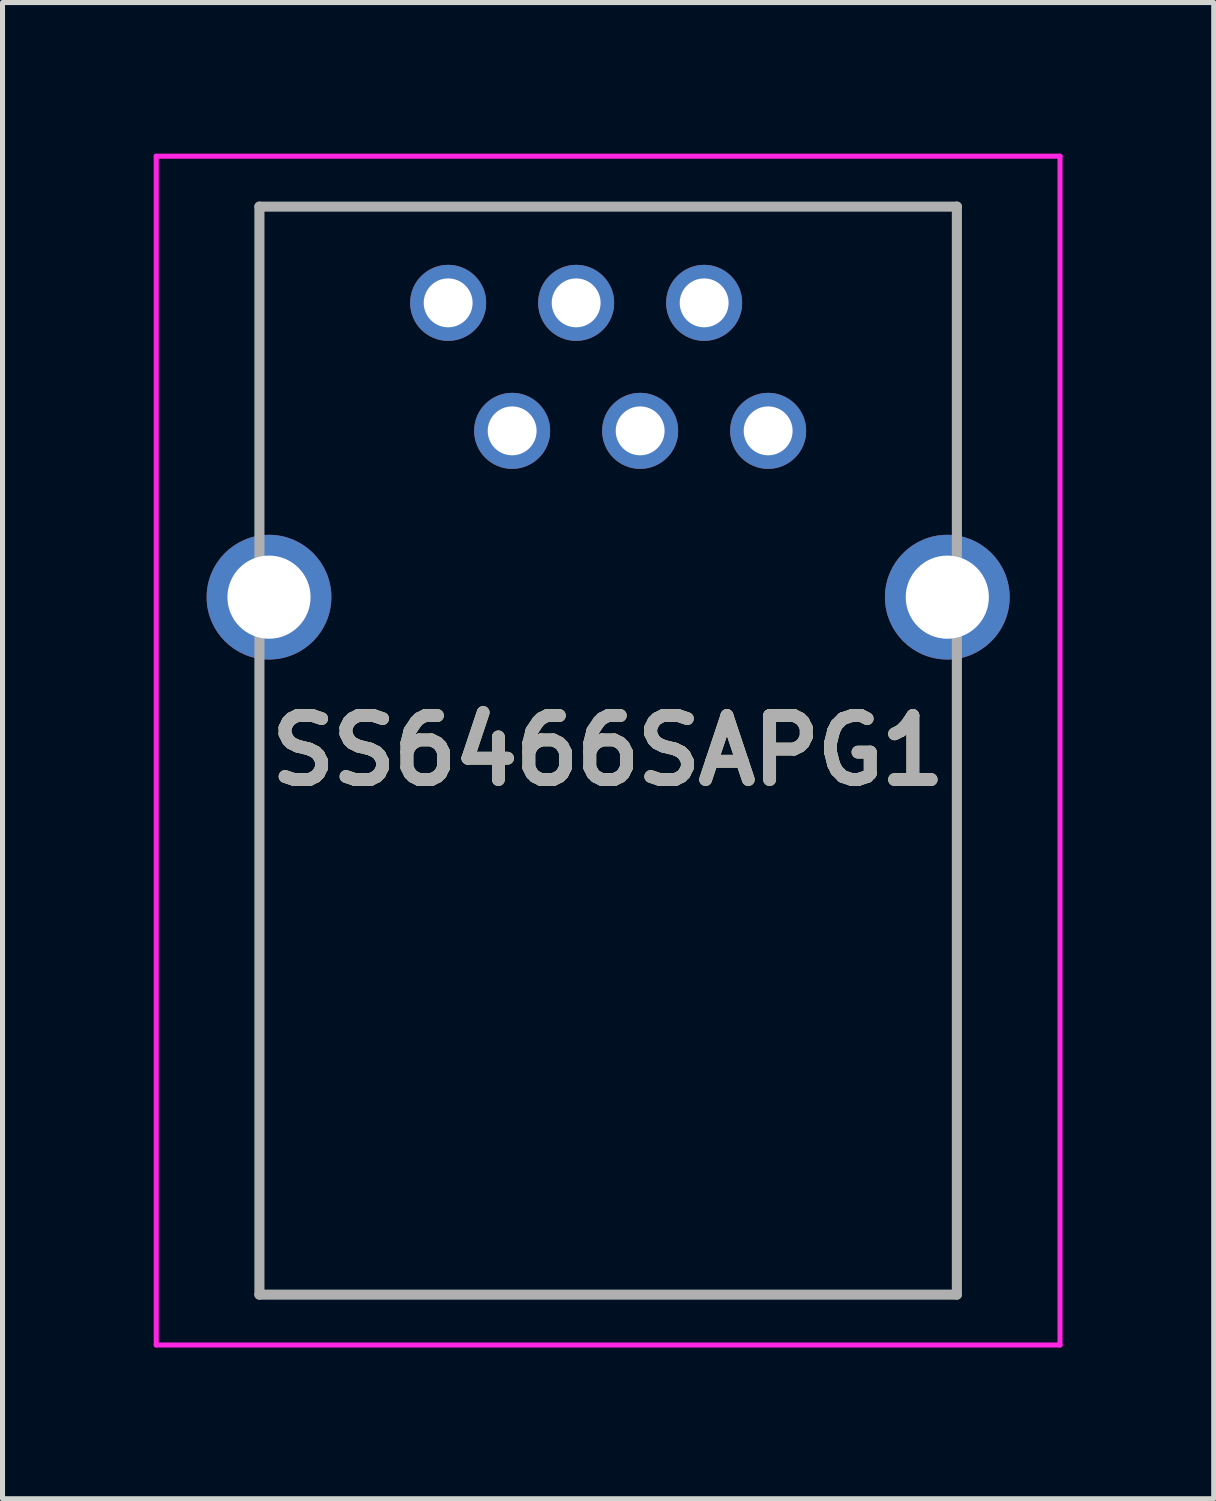
<source format=kicad_pcb>
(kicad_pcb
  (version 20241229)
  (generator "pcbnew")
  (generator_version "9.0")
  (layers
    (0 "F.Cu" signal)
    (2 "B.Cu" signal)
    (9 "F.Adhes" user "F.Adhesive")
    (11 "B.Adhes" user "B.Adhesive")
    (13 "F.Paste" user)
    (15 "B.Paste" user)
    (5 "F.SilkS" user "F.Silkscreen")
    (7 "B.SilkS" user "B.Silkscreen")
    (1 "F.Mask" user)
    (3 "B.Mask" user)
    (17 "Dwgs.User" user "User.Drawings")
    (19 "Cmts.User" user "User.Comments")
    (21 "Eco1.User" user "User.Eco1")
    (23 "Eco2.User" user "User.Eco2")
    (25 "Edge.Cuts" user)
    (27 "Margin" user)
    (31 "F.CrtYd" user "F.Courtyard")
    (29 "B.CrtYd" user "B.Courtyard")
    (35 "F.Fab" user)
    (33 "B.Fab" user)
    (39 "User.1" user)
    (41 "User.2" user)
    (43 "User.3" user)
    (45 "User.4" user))
  (footprint "SS6466SAPG1"
    (layer "F.Cu")
    (at 9.018 11.85)
    (property "Reference" "SS6466SAPG1" (at -0.001 -0.005 0) (layer "F.SilkS") (effects (font (size 1.27 1.27) (thickness 0.254))))
    (attr through_hole)
    (fp_line (start -6.92 -10.8) (end 6.92 -10.8) (stroke (width 0.1) (type solid)) (layer "F.SilkS"))
    (fp_line (start -6.92 -5.5) (end -6.92 -10.8) (stroke (width 0.1) (type solid)) (layer "F.SilkS"))
    (fp_line (start -6.92 2) (end -6.92 10.79) (stroke (width 0.1) (type solid)) (layer "F.SilkS"))
    (fp_line (start -6.92 10.79) (end 6.92 10.79) (stroke (width 0.1) (type solid)) (layer "F.SilkS"))
    (fp_line (start 6.92 -10.8) (end 6.92 -6) (stroke (width 0.1) (type solid)) (layer "F.SilkS"))
    (fp_line (start 6.92 10.79) (end 6.92 1.5) (stroke (width 0.1) (type solid)) (layer "F.SilkS"))
    (fp_line (start -8.968 -11.8) (end 8.967 -11.8) (stroke (width 0.1) (type solid)) (layer "F.CrtYd"))
    (fp_line (start -8.968 11.79) (end -8.968 -11.8) (stroke (width 0.1) (type solid)) (layer "F.CrtYd"))
    (fp_line (start 8.967 -11.8) (end 8.967 11.79) (stroke (width 0.1) (type solid)) (layer "F.CrtYd"))
    (fp_line (start 8.967 11.79) (end -8.968 11.79) (stroke (width 0.1) (type solid)) (layer "F.CrtYd"))
    (fp_line (start -6.92 -10.8) (end 6.92 -10.8) (stroke (width 0.2) (type solid)) (layer "F.Fab"))
    (fp_line (start -6.92 10.79) (end -6.92 -10.8) (stroke (width 0.2) (type solid)) (layer "F.Fab"))
    (fp_line (start 6.92 -10.8) (end 6.92 10.79) (stroke (width 0.2) (type solid)) (layer "F.Fab"))
    (fp_line (start 6.92 10.79) (end -6.92 10.79) (stroke (width 0.2) (type solid)) (layer "F.Fab"))
    (fp_text user "${REFERENCE}" (at -0.001 -0.005 0) (layer "F.Fab") (effects (font (size 1.27 1.27) (thickness 0.254))))
    (pad "" np_thru_hole circle (at -5.08 0) (size 0.001 0.001) (drill 3.25) (layers "*.Cu" "*.Mask"))
    (pad "" np_thru_hole circle (at 5.08 0) (size 0.001 0.001) (drill 3.25) (layers "*.Cu" "*.Mask"))
    (pad "1" thru_hole circle (at -3.175 -8.89) (size 1.509 1.509) (drill 0.97) (layers "*.Cu" "*.Mask"))
    (pad "2" thru_hole circle (at -1.905 -6.35) (size 1.509 1.509) (drill 0.97) (layers "*.Cu" "*.Mask"))
    (pad "3" thru_hole circle (at -0.635 -8.89) (size 1.509 1.509) (drill 0.97) (layers "*.Cu" "*.Mask"))
    (pad "4" thru_hole circle (at 0.635 -6.35) (size 1.509 1.509) (drill 0.97) (layers "*.Cu" "*.Mask"))
    (pad "5" thru_hole circle (at 1.905 -8.89) (size 1.509 1.509) (drill 0.97) (layers "*.Cu" "*.Mask"))
    (pad "6" thru_hole circle (at 3.175 -6.35) (size 1.509 1.509) (drill 0.97) (layers "*.Cu" "*.Mask"))
    (pad "MH1" thru_hole circle (at -6.73 -3.05) (size 2.475 2.475) (drill 1.65) (layers "*.Cu" "*.Mask"))
    (pad "MH2" thru_hole circle (at 6.73 -3.05) (size 2.475 2.475) (drill 1.65) (layers "*.Cu" "*.Mask")))
  (gr_rect
    (start -3 -3)
    (end 21.035 26.69)
    (stroke (width 0.1) (type default))
    (fill no)
    (layer "Edge.Cuts")))
</source>
